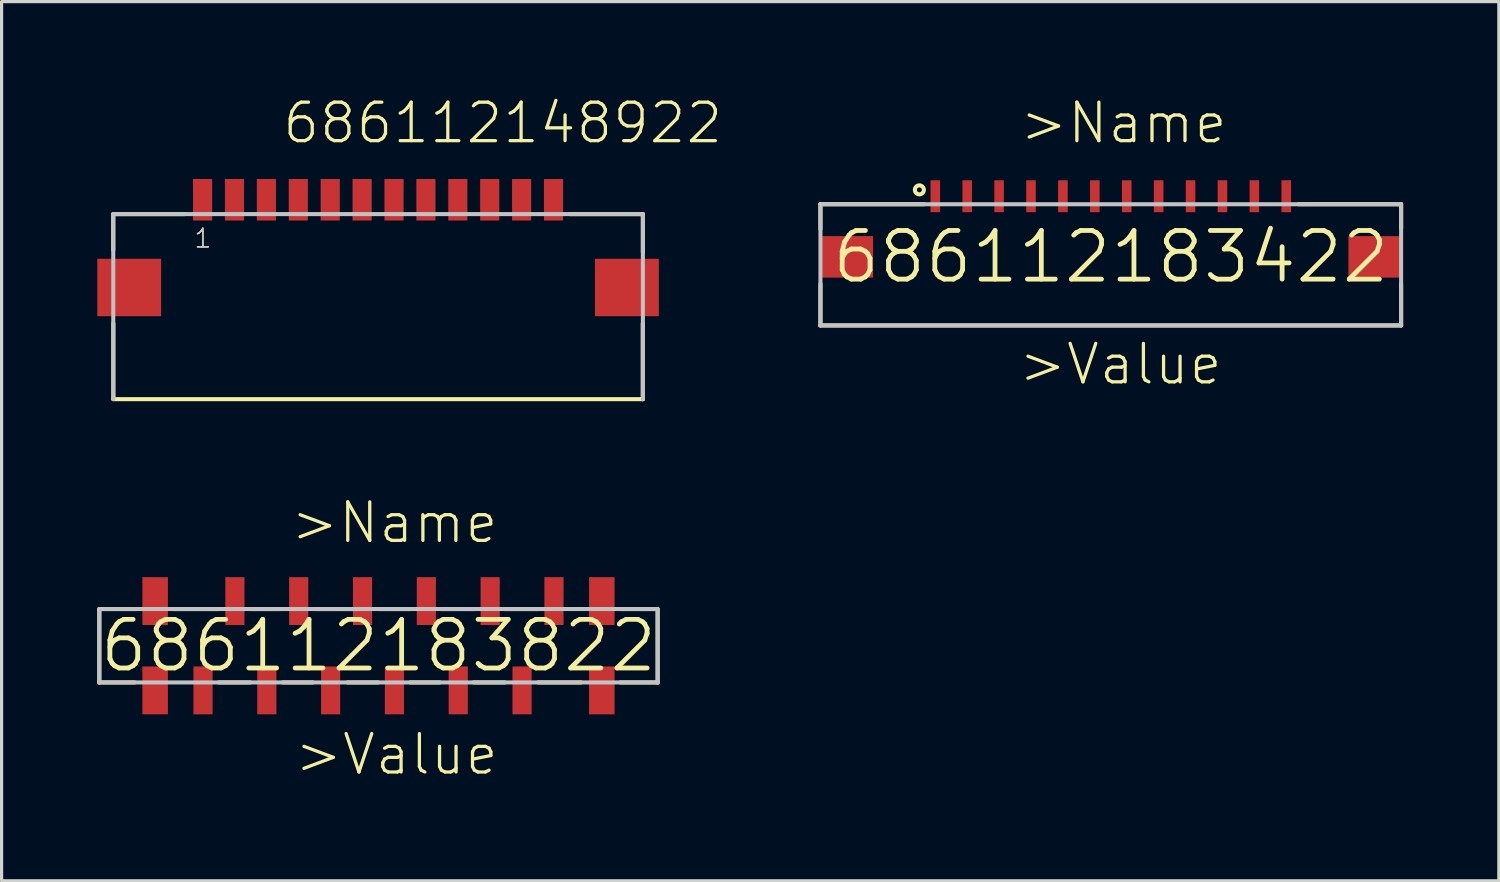
<source format=kicad_pcb>
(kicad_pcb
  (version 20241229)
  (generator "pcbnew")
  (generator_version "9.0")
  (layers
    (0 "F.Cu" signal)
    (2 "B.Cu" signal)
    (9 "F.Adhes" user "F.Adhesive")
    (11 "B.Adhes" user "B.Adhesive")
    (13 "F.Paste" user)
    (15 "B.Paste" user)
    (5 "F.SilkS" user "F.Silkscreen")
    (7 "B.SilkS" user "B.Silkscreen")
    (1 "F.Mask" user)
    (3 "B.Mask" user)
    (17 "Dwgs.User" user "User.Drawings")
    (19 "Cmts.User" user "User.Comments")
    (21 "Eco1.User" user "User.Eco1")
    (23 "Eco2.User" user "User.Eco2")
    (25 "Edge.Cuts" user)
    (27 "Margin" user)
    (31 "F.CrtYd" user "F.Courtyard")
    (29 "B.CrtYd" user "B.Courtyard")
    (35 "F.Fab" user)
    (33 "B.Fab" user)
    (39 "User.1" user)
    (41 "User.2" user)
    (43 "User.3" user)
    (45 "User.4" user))
  (footprint "686112183422"
    (layer "F.Cu")
    (at 31.766 5.001)
    (property "Reference" "686112183422" (at 0 0 0) (layer "F.SilkS") (effects (font (size 1.524 1.524) (thickness 0.15))))
    (attr through_hole)
    (fp_line (start -9.1 -1.65) (end -9.1 -0.87) (stroke (width 0.127) (type solid)) (layer "F.SilkS"))
    (fp_line (start -9.1 0.84) (end -9.1 2.15) (stroke (width 0.127) (type solid)) (layer "F.SilkS"))
    (fp_line (start -9.1 2.15) (end 9.1 2.15) (stroke (width 0.127) (type solid)) (layer "F.SilkS"))
    (fp_line (start -5.85 -1.65) (end -9.1 -1.65) (stroke (width 0.127) (type solid)) (layer "F.SilkS"))
    (fp_line (start 5.88 -1.65) (end 9.1 -1.65) (stroke (width 0.127) (type solid)) (layer "F.SilkS"))
    (fp_line (start 9.1 -1.65) (end 9.1 -0.89) (stroke (width 0.127) (type solid)) (layer "F.SilkS"))
    (fp_line (start 9.1 2.15) (end 9.1 0.84) (stroke (width 0.127) (type solid)) (layer "F.SilkS"))
    (fp_circle (center -6 -2.1) (end -5.859 -2.1) (stroke (width 0.127) (type solid)) (fill no) (layer "F.SilkS"))
    (fp_line (start -9.1 -1.65) (end 9.1 -1.65) (stroke (width 0.127) (type solid)) (layer "Dwgs.User"))
    (fp_line (start -9.1 2.15) (end -9.1 -1.65) (stroke (width 0.127) (type solid)) (layer "Dwgs.User"))
    (fp_line (start 9.1 -1.65) (end 9.1 2.15) (stroke (width 0.127) (type solid)) (layer "Dwgs.User"))
    (fp_line (start 9.1 2.15) (end -9.1 2.15) (stroke (width 0.127) (type solid)) (layer "Dwgs.User"))
    (fp_text user ">Name" (at -2.91 -3.49 0) (layer "F.SilkS") (effects (font (size 1.206 1.206) (thickness 0.102)) (justify left bottom)))
    (fp_text user ">Value" (at -2.95 4.07 0) (layer "F.SilkS") (effects (font (size 1.206 1.206) (thickness 0.102)) (justify left bottom)))
    (pad "1" smd rect (at -5.5 -1.9 90) (size 1 0.3) (layers "F.Cu" "F.Mask" "F.Paste"))
    (pad "2" smd rect (at -4.5 -1.9 90) (size 1 0.3) (layers "F.Cu" "F.Mask" "F.Paste"))
    (pad "3" smd rect (at -3.5 -1.9 90) (size 1 0.3) (layers "F.Cu" "F.Mask" "F.Paste"))
    (pad "4" smd rect (at -2.5 -1.9 90) (size 1 0.3) (layers "F.Cu" "F.Mask" "F.Paste"))
    (pad "5" smd rect (at -1.5 -1.9 90) (size 1 0.3) (layers "F.Cu" "F.Mask" "F.Paste"))
    (pad "6" smd rect (at -0.5 -1.9 90) (size 1 0.3) (layers "F.Cu" "F.Mask" "F.Paste"))
    (pad "7" smd rect (at 0.5 -1.9 90) (size 1 0.3) (layers "F.Cu" "F.Mask" "F.Paste"))
    (pad "8" smd rect (at 1.5 -1.9 90) (size 1 0.3) (layers "F.Cu" "F.Mask" "F.Paste"))
    (pad "9" smd rect (at 2.5 -1.9 90) (size 1 0.3) (layers "F.Cu" "F.Mask" "F.Paste"))
    (pad "10" smd rect (at 3.5 -1.9 90) (size 1 0.3) (layers "F.Cu" "F.Mask" "F.Paste"))
    (pad "11" smd rect (at 4.5 -1.9 90) (size 1 0.3) (layers "F.Cu" "F.Mask" "F.Paste"))
    (pad "12" smd rect (at 5.5 -1.9 90) (size 1 0.3) (layers "F.Cu" "F.Mask" "F.Paste"))
    (pad "Z1" smd rect (at -8.275 0) (size 1.65 1.3) (layers "F.Cu" "F.Mask" "F.Paste"))
    (pad "Z2" smd rect (at 8.275 0) (size 1.65 1.3) (layers "F.Cu" "F.Mask" "F.Paste")))
  (footprint "686112148922"
    (layer "F.Cu")
    (at 8.8 5.961)
    (property "Reference" "686112148922" (at -3.05 -4.45 0) (layer "F.SilkS") (effects (font (size 1.206 1.206) (thickness 0.102)) (justify left bottom)))
    (attr through_hole)
    (fp_line (start -8.3 -2.3) (end -8.3 -1.17) (stroke (width 0.127) (type solid)) (layer "F.SilkS"))
    (fp_line (start -8.297 3.491) (end -8.297 1.122) (stroke (width 0.127) (type solid)) (layer "F.SilkS"))
    (fp_line (start -6.06 -2.3) (end -8.3 -2.3) (stroke (width 0.127) (type solid)) (layer "F.SilkS"))
    (fp_line (start 6.01 -2.3) (end 8.3 -2.3) (stroke (width 0.127) (type solid)) (layer "F.SilkS"))
    (fp_line (start 8.297 1.125) (end 8.297 3.504) (stroke (width 0.127) (type solid)) (layer "F.SilkS"))
    (fp_line (start 8.3 -2.3) (end 8.3 -1.1) (stroke (width 0.127) (type solid)) (layer "F.SilkS"))
    (fp_line (start 8.3 3.5) (end -8.3 3.5) (stroke (width 0.127) (type solid)) (layer "F.SilkS"))
    (fp_line (start -8.3 -2.3) (end 8.3 -2.3) (stroke (width 0.127) (type solid)) (layer "Dwgs.User"))
    (fp_line (start -8.3 3.5) (end -8.3 -2.3) (stroke (width 0.127) (type solid)) (layer "Dwgs.User"))
    (fp_line (start 8.3 -2.3) (end 8.3 3.5) (stroke (width 0.127) (type solid)) (layer "Dwgs.User"))
    (fp_text user "1" (at -5.8 -1.2 0) (layer "F.SilkS") (effects (font (size 0.579 0.579) (thickness 0.049)) (justify left bottom)))
    (fp_text user "1" (at -5.8 -1.2 0) (layer "Dwgs.User") (effects (font (size 0.579 0.579) (thickness 0.049)) (justify left bottom)))
    (pad "1" smd rect (at -5.5 -2.75) (size 0.6 1.3) (layers "F.Cu" "F.Mask" "F.Paste"))
    (pad "2" smd rect (at -4.5 -2.75) (size 0.6 1.3) (layers "F.Cu" "F.Mask" "F.Paste"))
    (pad "3" smd rect (at -3.5 -2.75) (size 0.6 1.3) (layers "F.Cu" "F.Mask" "F.Paste"))
    (pad "4" smd rect (at -2.5 -2.75) (size 0.6 1.3) (layers "F.Cu" "F.Mask" "F.Paste"))
    (pad "5" smd rect (at -1.5 -2.75) (size 0.6 1.3) (layers "F.Cu" "F.Mask" "F.Paste"))
    (pad "6" smd rect (at -0.5 -2.75) (size 0.6 1.3) (layers "F.Cu" "F.Mask" "F.Paste"))
    (pad "7" smd rect (at 0.5 -2.75) (size 0.6 1.3) (layers "F.Cu" "F.Mask" "F.Paste"))
    (pad "8" smd rect (at 1.5 -2.75) (size 0.6 1.3) (layers "F.Cu" "F.Mask" "F.Paste"))
    (pad "9" smd rect (at 2.5 -2.75) (size 0.6 1.3) (layers "F.Cu" "F.Mask" "F.Paste"))
    (pad "10" smd rect (at 3.5 -2.75) (size 0.6 1.3) (layers "F.Cu" "F.Mask" "F.Paste"))
    (pad "11" smd rect (at 4.5 -2.75) (size 0.6 1.3) (layers "F.Cu" "F.Mask" "F.Paste"))
    (pad "12" smd rect (at 5.5 -2.75) (size 0.6 1.3) (layers "F.Cu" "F.Mask" "F.Paste"))
    (pad "Z1" smd rect (at -7.8 0) (size 2 1.8) (layers "F.Cu" "F.Mask" "F.Paste"))
    (pad "Z2" smd rect (at 7.8 0) (size 2 1.8) (layers "F.Cu" "F.Mask" "F.Paste")))
  (footprint "686112183822"
    (layer "F.Cu")
    (at 8.813 17.19)
    (property "Reference" "686112183822" (at 0 0 0) (layer "F.SilkS") (effects (font (size 1.524 1.524) (thickness 0.15))))
    (attr through_hole)
    (fp_line (start -8.75 -1.15) (end -8.75 1.15) (stroke (width 0.127) (type solid)) (layer "F.SilkS"))
    (fp_line (start -8.75 1.15) (end -7.64 1.15) (stroke (width 0.127) (type solid)) (layer "F.SilkS"))
    (fp_line (start -7.6 -1.15) (end -8.75 -1.15) (stroke (width 0.127) (type solid)) (layer "F.SilkS"))
    (fp_line (start -6.41 -1.15) (end -5.03 -1.15) (stroke (width 0.127) (type solid)) (layer "F.SilkS"))
    (fp_line (start -5.01 1.15) (end -4.02 1.15) (stroke (width 0.127) (type solid)) (layer "F.SilkS"))
    (fp_line (start -4 -1.15) (end -3.08 -1.15) (stroke (width 0.127) (type solid)) (layer "F.SilkS"))
    (fp_line (start -3 1.15) (end -2.06 1.15) (stroke (width 0.127) (type solid)) (layer "F.SilkS"))
    (fp_line (start -1.98 -1.15) (end -0.65 -1.15) (stroke (width 0.127) (type solid)) (layer "F.SilkS"))
    (fp_line (start -0.97 1.15) (end -0.01 1.15) (stroke (width 0.127) (type solid)) (layer "F.SilkS"))
    (fp_line (start 0.01 -1.15) (end 0.97 -1.15) (stroke (width 0.127) (type solid)) (layer "F.SilkS"))
    (fp_line (start 0.99 1.15) (end 1.92 1.15) (stroke (width 0.127) (type solid)) (layer "F.SilkS"))
    (fp_line (start 1.97 -1.15) (end 3 -1.15) (stroke (width 0.127) (type solid)) (layer "F.SilkS"))
    (fp_line (start 2.98 1.15) (end 3.96 1.15) (stroke (width 0.127) (type solid)) (layer "F.SilkS"))
    (fp_line (start 3.97 -1.15) (end 4.97 -1.15) (stroke (width 0.127) (type solid)) (layer "F.SilkS"))
    (fp_line (start 5 1.15) (end 6.35 1.15) (stroke (width 0.127) (type solid)) (layer "F.SilkS"))
    (fp_line (start 7.58 1.15) (end 8.75 1.15) (stroke (width 0.127) (type solid)) (layer "F.SilkS"))
    (fp_line (start 7.59 -1.15) (end 8.74 -1.15) (stroke (width 0.127) (type solid)) (layer "F.SilkS"))
    (fp_line (start 8.75 -1.15) (end 8.75 1.15) (stroke (width 0.127) (type solid)) (layer "F.SilkS"))
    (fp_line (start -8.75 -1.15) (end 8.75 -1.15) (stroke (width 0.127) (type solid)) (layer "Dwgs.User"))
    (fp_line (start -8.75 1.15) (end -8.75 -1.15) (stroke (width 0.127) (type solid)) (layer "Dwgs.User"))
    (fp_line (start 8.75 -1.15) (end 8.75 1.15) (stroke (width 0.127) (type solid)) (layer "Dwgs.User"))
    (fp_line (start 8.75 1.15) (end -8.75 1.15) (stroke (width 0.127) (type solid)) (layer "Dwgs.User"))
    (fp_text user ">Name" (at -2.81 -3.15 0) (layer "F.SilkS") (effects (font (size 1.206 1.206) (thickness 0.102)) (justify left bottom)))
    (fp_text user ">Value" (at -2.69 4.11 0) (layer "F.SilkS") (effects (font (size 1.206 1.206) (thickness 0.102)) (justify left bottom)))
    (pad "1" smd rect (at -5.5 1.4 90) (size 1.5 0.6) (layers "F.Cu" "F.Mask" "F.Paste"))
    (pad "2" smd rect (at -4.5 -1.4 90) (size 1.5 0.6) (layers "F.Cu" "F.Mask" "F.Paste"))
    (pad "3" smd rect (at -3.5 1.4 90) (size 1.5 0.6) (layers "F.Cu" "F.Mask" "F.Paste"))
    (pad "4" smd rect (at -2.5 -1.4 90) (size 1.5 0.6) (layers "F.Cu" "F.Mask" "F.Paste"))
    (pad "5" smd rect (at -1.5 1.4 90) (size 1.5 0.6) (layers "F.Cu" "F.Mask" "F.Paste"))
    (pad "6" smd rect (at -0.5 -1.4 90) (size 1.5 0.6) (layers "F.Cu" "F.Mask" "F.Paste"))
    (pad "7" smd rect (at 0.5 1.4 90) (size 1.5 0.6) (layers "F.Cu" "F.Mask" "F.Paste"))
    (pad "8" smd rect (at 1.5 -1.4 90) (size 1.5 0.6) (layers "F.Cu" "F.Mask" "F.Paste"))
    (pad "9" smd rect (at 2.5 1.4 90) (size 1.5 0.6) (layers "F.Cu" "F.Mask" "F.Paste"))
    (pad "10" smd rect (at 3.5 -1.4 90) (size 1.5 0.6) (layers "F.Cu" "F.Mask" "F.Paste"))
    (pad "11" smd rect (at 4.5 1.4 90) (size 1.5 0.6) (layers "F.Cu" "F.Mask" "F.Paste"))
    (pad "12" smd rect (at 5.5 -1.4 90) (size 1.5 0.6) (layers "F.Cu" "F.Mask" "F.Paste"))
    (pad "Z1" smd rect (at -7 1.4 90) (size 1.5 0.8) (layers "F.Cu" "F.Mask" "F.Paste"))
    (pad "Z2" smd rect (at 7 1.4 90) (size 1.5 0.8) (layers "F.Cu" "F.Mask" "F.Paste"))
    (pad "Z3" smd rect (at 7 -1.4 90) (size 1.5 0.8) (layers "F.Cu" "F.Mask" "F.Paste"))
    (pad "Z4" smd rect (at -7 -1.4 90) (size 1.5 0.8) (layers "F.Cu" "F.Mask" "F.Paste")))
  (gr_rect
    (start -3 -3)
    (end 43.929 24.557)
    (stroke (width 0.1) (type default))
    (fill no)
    (layer "Edge.Cuts")))
</source>
